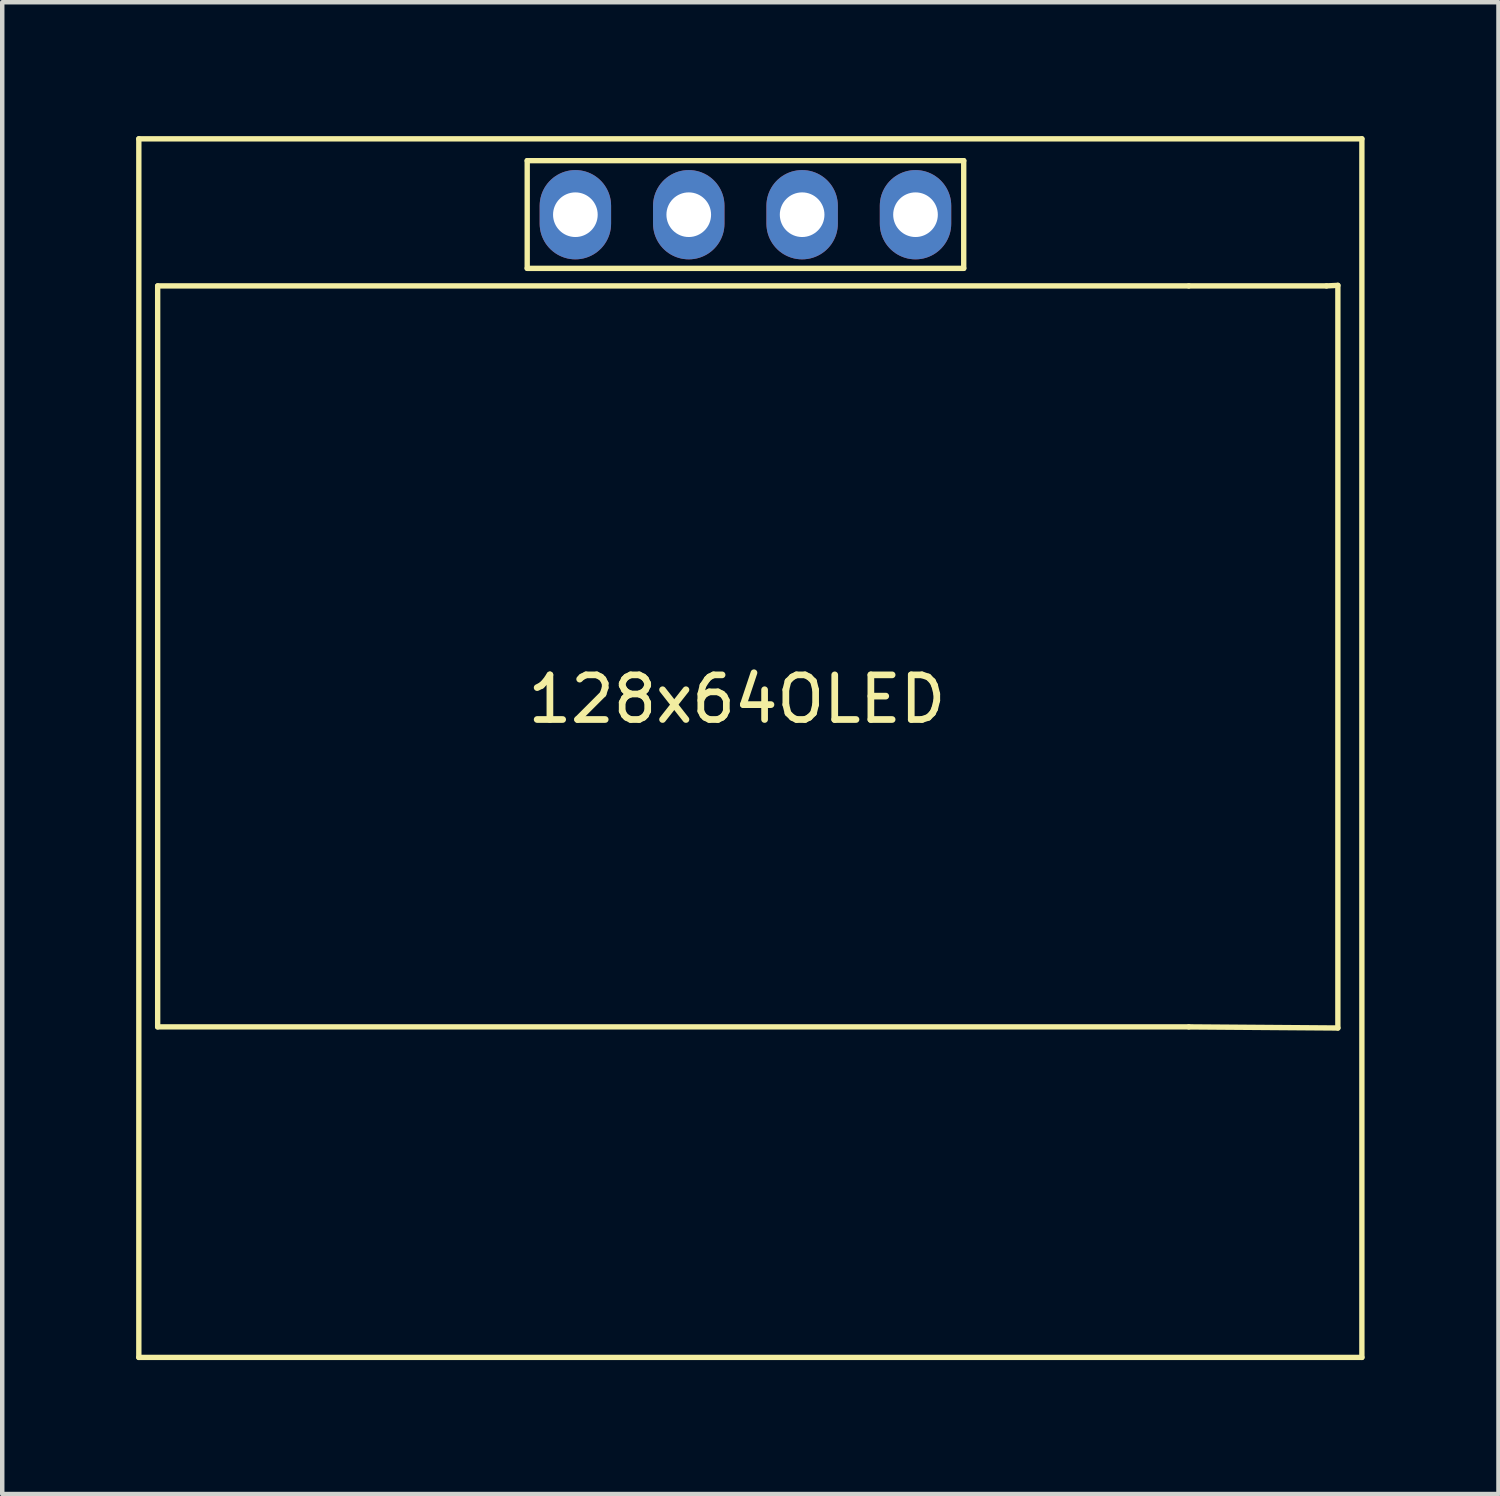
<source format=kicad_pcb>
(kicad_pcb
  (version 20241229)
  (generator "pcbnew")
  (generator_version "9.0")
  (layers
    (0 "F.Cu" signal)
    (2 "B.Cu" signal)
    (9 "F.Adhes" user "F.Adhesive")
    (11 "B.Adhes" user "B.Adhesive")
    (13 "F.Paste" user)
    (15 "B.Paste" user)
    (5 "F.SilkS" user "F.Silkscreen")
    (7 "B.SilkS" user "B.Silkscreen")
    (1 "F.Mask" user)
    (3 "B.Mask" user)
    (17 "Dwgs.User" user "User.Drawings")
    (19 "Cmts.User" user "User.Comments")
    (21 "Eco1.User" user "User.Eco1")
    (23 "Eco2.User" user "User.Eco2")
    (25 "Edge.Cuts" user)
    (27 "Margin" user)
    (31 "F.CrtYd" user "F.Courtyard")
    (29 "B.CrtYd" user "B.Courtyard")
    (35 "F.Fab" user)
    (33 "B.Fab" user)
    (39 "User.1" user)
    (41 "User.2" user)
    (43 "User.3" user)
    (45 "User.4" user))
  (footprint "128x64OLED"
    (layer "F.Cu")
    (at 13.46 12.36)
    (property "Reference" "128x64OLED" (at 0 0.254 0) (layer "F.SilkS") (effects (font (size 1 1) (thickness 0.15))))
    (attr through_hole)
    (fp_line (start -13.4 -12.3) (end 14 -12.3) (stroke (width 0.12) (type solid)) (layer "F.SilkS"))
    (fp_line (start -13.4 15) (end -13.4 -12.3) (stroke (width 0.12) (type solid)) (layer "F.SilkS"))
    (fp_line (start -12.978 -9.005) (end 10.122 -9.005) (stroke (width 0.12) (type solid)) (layer "F.SilkS"))
    (fp_line (start -12.978 7.595) (end -12.978 -9.005) (stroke (width 0.12) (type solid)) (layer "F.SilkS"))
    (fp_line (start -4.699 -11.811) (end -4.699 -9.398) (stroke (width 0.12) (type solid)) (layer "F.SilkS"))
    (fp_line (start -4.699 -11.811) (end 5.08 -11.811) (stroke (width 0.12) (type solid)) (layer "F.SilkS"))
    (fp_line (start 5.08 -11.811) (end 5.08 -9.398) (stroke (width 0.12) (type solid)) (layer "F.SilkS"))
    (fp_line (start 5.08 -9.398) (end -4.699 -9.398) (stroke (width 0.12) (type solid)) (layer "F.SilkS"))
    (fp_line (start 10.122 -9.005) (end 13.208 -9.005) (stroke (width 0.12) (type solid)) (layer "F.SilkS"))
    (fp_line (start 10.122 7.595) (end -12.978 7.595) (stroke (width 0.12) (type solid)) (layer "F.SilkS"))
    (fp_line (start 10.122 7.595) (end 13.462 7.62) (stroke (width 0.12) (type solid)) (layer "F.SilkS"))
    (fp_line (start 13.462 -9.017) (end 13.208 -9.005) (stroke (width 0.12) (type solid)) (layer "F.SilkS"))
    (fp_line (start 13.462 7.62) (end 13.462 -9.017) (stroke (width 0.12) (type solid)) (layer "F.SilkS"))
    (fp_line (start 14 -12.3) (end 14 15) (stroke (width 0.12) (type solid)) (layer "F.SilkS"))
    (fp_line (start 14 15) (end -13.4 15) (stroke (width 0.12) (type solid)) (layer "F.SilkS"))
    (pad "1" thru_hole oval (at -1.08 -10.6 90) (size 2 1.6) (drill 1) (layers "*.Cu" "*.Mask"))
    (pad "2" thru_hole oval (at -3.62 -10.6 90) (size 2 1.6) (drill 1) (layers "*.Cu" "*.Mask"))
    (pad "3" thru_hole oval (at 1.46 -10.6 90) (size 2 1.6) (drill 1) (layers "*.Cu" "*.Mask"))
    (pad "4" thru_hole oval (at 4 -10.6 90) (size 2 1.6) (drill 1) (layers "*.Cu" "*.Mask")))
  (gr_rect
    (start -3 -3)
    (end 30.52 30.42)
    (stroke (width 0.1) (type default))
    (fill no)
    (layer "Edge.Cuts")))
</source>
